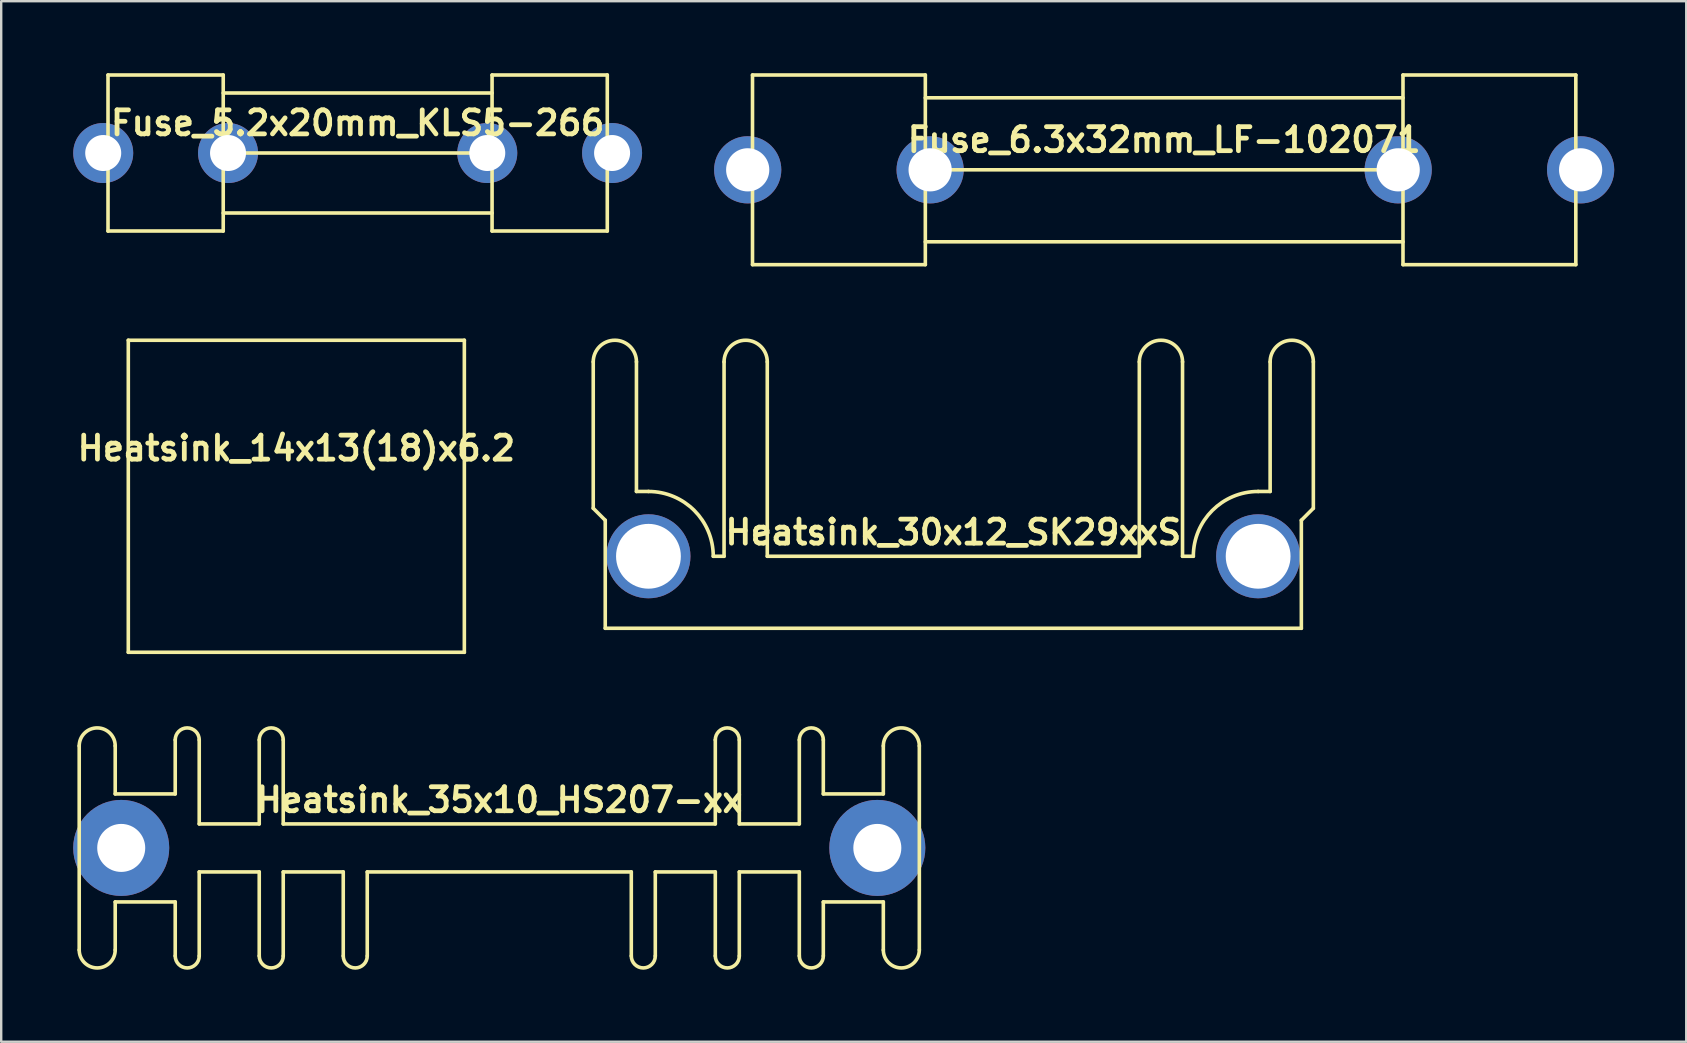
<source format=kicad_pcb>
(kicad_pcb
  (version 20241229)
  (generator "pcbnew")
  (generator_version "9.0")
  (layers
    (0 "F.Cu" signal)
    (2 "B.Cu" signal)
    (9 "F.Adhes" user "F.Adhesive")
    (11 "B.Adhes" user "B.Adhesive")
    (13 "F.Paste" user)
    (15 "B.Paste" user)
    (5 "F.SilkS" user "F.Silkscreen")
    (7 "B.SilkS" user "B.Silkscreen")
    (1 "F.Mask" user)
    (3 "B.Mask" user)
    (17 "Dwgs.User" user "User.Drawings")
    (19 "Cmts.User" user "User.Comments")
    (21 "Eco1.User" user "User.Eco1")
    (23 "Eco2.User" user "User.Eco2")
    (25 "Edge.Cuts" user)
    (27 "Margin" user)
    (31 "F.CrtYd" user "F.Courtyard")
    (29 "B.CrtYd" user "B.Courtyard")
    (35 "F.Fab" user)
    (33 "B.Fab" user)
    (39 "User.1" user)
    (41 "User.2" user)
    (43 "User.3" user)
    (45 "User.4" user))
  (footprint "Heatsink_14x13(18)x6.2"
    (layer "F.Cu")
    (at 9.295 17.625)
    (property "Reference" "Heatsink_14x13(18)x6.2" (at 0 -2 0) (layer "F.SilkS") (effects (font (size 1 1) (thickness 0.2))))
    (attr through_hole)
    (fp_line (start -7 -6.5) (end -7 6.5) (stroke (width 0.15) (type solid)) (layer "F.SilkS"))
    (fp_line (start -7 6.5) (end 7 6.5) (stroke (width 0.15) (type solid)) (layer "F.SilkS"))
    (fp_line (start 7 -6.5) (end -7 -6.5) (stroke (width 0.15) (type solid)) (layer "F.SilkS"))
    (fp_line (start 7 6.5) (end 7 -6.5) (stroke (width 0.15) (type solid)) (layer "F.SilkS")))
  (footprint "Heatsink_35x10_HS207-xx"
    (layer "F.Cu")
    (at 17.75 32.275)
    (property "Reference" "Heatsink_35x10_HS207-xx" (at 0 -2 0) (layer "F.SilkS") (effects (font (size 1 1) (thickness 0.2))))
    (attr through_hole)
    (fp_line (start -17.5 4.25) (end -17.5 -4.25) (stroke (width 0.15) (type solid)) (layer "F.SilkS"))
    (fp_line (start -16 -4.25) (end -16 -2.25) (stroke (width 0.15) (type solid)) (layer "F.SilkS"))
    (fp_line (start -16 4.25) (end -16 2.25) (stroke (width 0.15) (type solid)) (layer "F.SilkS"))
    (fp_line (start -13.5 -4.5) (end -13.5 -2.25) (stroke (width 0.15) (type solid)) (layer "F.SilkS"))
    (fp_line (start -13.5 -2.25) (end -16 -2.25) (stroke (width 0.15) (type solid)) (layer "F.SilkS"))
    (fp_line (start -13.5 2.25) (end -16 2.25) (stroke (width 0.15) (type solid)) (layer "F.SilkS"))
    (fp_line (start -13.5 4.5) (end -13.5 2.25) (stroke (width 0.15) (type solid)) (layer "F.SilkS"))
    (fp_line (start -12.5 -1) (end -12.5 -4.5) (stroke (width 0.15) (type solid)) (layer "F.SilkS"))
    (fp_line (start -12.5 1) (end -12.5 4.5) (stroke (width 0.15) (type solid)) (layer "F.SilkS"))
    (fp_line (start -10 -4.5) (end -10 -1) (stroke (width 0.15) (type solid)) (layer "F.SilkS"))
    (fp_line (start -10 -1) (end -12.5 -1) (stroke (width 0.15) (type solid)) (layer "F.SilkS"))
    (fp_line (start -10 1) (end -12.5 1) (stroke (width 0.15) (type solid)) (layer "F.SilkS"))
    (fp_line (start -10 4.5) (end -10 1) (stroke (width 0.15) (type solid)) (layer "F.SilkS"))
    (fp_line (start -9 -1) (end -9 -4.5) (stroke (width 0.15) (type solid)) (layer "F.SilkS"))
    (fp_line (start -9 1) (end -9 4.5) (stroke (width 0.15) (type solid)) (layer "F.SilkS"))
    (fp_line (start -6.5 1) (end -9 1) (stroke (width 0.15) (type solid)) (layer "F.SilkS"))
    (fp_line (start -6.5 4.5) (end -6.5 1) (stroke (width 0.15) (type solid)) (layer "F.SilkS"))
    (fp_line (start -5.5 1) (end -5.5 4.5) (stroke (width 0.15) (type solid)) (layer "F.SilkS"))
    (fp_line (start -5.5 1) (end 5.5 1) (stroke (width 0.15) (type solid)) (layer "F.SilkS"))
    (fp_line (start 5.5 1) (end 5.5 4.5) (stroke (width 0.15) (type solid)) (layer "F.SilkS"))
    (fp_line (start 6.5 1) (end 9 1) (stroke (width 0.15) (type solid)) (layer "F.SilkS"))
    (fp_line (start 6.5 4.5) (end 6.5 1) (stroke (width 0.15) (type solid)) (layer "F.SilkS"))
    (fp_line (start 9 -1) (end -9 -1) (stroke (width 0.15) (type solid)) (layer "F.SilkS"))
    (fp_line (start 9 -1) (end 9 -4.5) (stroke (width 0.15) (type solid)) (layer "F.SilkS"))
    (fp_line (start 9 1) (end 9 4.5) (stroke (width 0.15) (type solid)) (layer "F.SilkS"))
    (fp_line (start 10 -4.5) (end 10 -1) (stroke (width 0.15) (type solid)) (layer "F.SilkS"))
    (fp_line (start 10 -1) (end 12.5 -1) (stroke (width 0.15) (type solid)) (layer "F.SilkS"))
    (fp_line (start 10 1) (end 12.5 1) (stroke (width 0.15) (type solid)) (layer "F.SilkS"))
    (fp_line (start 10 4.5) (end 10 1) (stroke (width 0.15) (type solid)) (layer "F.SilkS"))
    (fp_line (start 12.5 -1) (end 12.5 -4.5) (stroke (width 0.15) (type solid)) (layer "F.SilkS"))
    (fp_line (start 12.5 1) (end 12.5 4.5) (stroke (width 0.15) (type solid)) (layer "F.SilkS"))
    (fp_line (start 13.5 -4.5) (end 13.5 -2.25) (stroke (width 0.15) (type solid)) (layer "F.SilkS"))
    (fp_line (start 13.5 -2.25) (end 16 -2.25) (stroke (width 0.15) (type solid)) (layer "F.SilkS"))
    (fp_line (start 13.5 2.25) (end 16 2.25) (stroke (width 0.15) (type solid)) (layer "F.SilkS"))
    (fp_line (start 13.5 4.5) (end 13.5 2.25) (stroke (width 0.15) (type solid)) (layer "F.SilkS"))
    (fp_line (start 16 -4.25) (end 16 -2.25) (stroke (width 0.15) (type solid)) (layer "F.SilkS"))
    (fp_line (start 16 4.25) (end 16 2.25) (stroke (width 0.15) (type solid)) (layer "F.SilkS"))
    (fp_line (start 17.5 4.25) (end 17.5 -4.25) (stroke (width 0.15) (type solid)) (layer "F.SilkS"))
    (fp_arc (start -17.5 -4.25) (mid -16.75 -5) (end -16 -4.25) (stroke (width 0.15) (type solid)) (layer "F.SilkS"))
    (fp_arc (start -16 4.25) (mid -16.75 5) (end -17.5 4.25) (stroke (width 0.15) (type solid)) (layer "F.SilkS"))
    (fp_arc (start -13.5 -4.5) (mid -13 -5) (end -12.5 -4.5) (stroke (width 0.15) (type solid)) (layer "F.SilkS"))
    (fp_arc (start -12.5 4.5) (mid -13 5) (end -13.5 4.5) (stroke (width 0.15) (type solid)) (layer "F.SilkS"))
    (fp_arc (start -10 -4.5) (mid -9.5 -5) (end -9 -4.5) (stroke (width 0.15) (type solid)) (layer "F.SilkS"))
    (fp_arc (start -9 4.5) (mid -9.5 5) (end -10 4.5) (stroke (width 0.15) (type solid)) (layer "F.SilkS"))
    (fp_arc (start -5.5 4.5) (mid -6 5) (end -6.5 4.5) (stroke (width 0.15) (type solid)) (layer "F.SilkS"))
    (fp_arc (start 6.5 4.5) (mid 6 5) (end 5.5 4.5) (stroke (width 0.15) (type solid)) (layer "F.SilkS"))
    (fp_arc (start 9 -4.5) (mid 9.5 -5) (end 10 -4.5) (stroke (width 0.15) (type solid)) (layer "F.SilkS"))
    (fp_arc (start 10 4.5) (mid 9.5 5) (end 9 4.5) (stroke (width 0.15) (type solid)) (layer "F.SilkS"))
    (fp_arc (start 12.5 -4.5) (mid 13 -5) (end 13.5 -4.5) (stroke (width 0.15) (type solid)) (layer "F.SilkS"))
    (fp_arc (start 13.5 4.5) (mid 13 5) (end 12.5 4.5) (stroke (width 0.15) (type solid)) (layer "F.SilkS"))
    (fp_arc (start 16 -4.25) (mid 16.75 -5) (end 17.5 -4.25) (stroke (width 0.15) (type solid)) (layer "F.SilkS"))
    (fp_arc (start 17.5 4.25) (mid 16.75 5) (end 16 4.25) (stroke (width 0.15) (type solid)) (layer "F.SilkS"))
    (pad "" thru_hole circle (at -15.75 0) (size 4 4) (drill 2) (layers "*.Cu" "*.Mask"))
    (pad "" thru_hole circle (at 15.75 0) (size 4 4) (drill 2) (layers "*.Cu" "*.Mask")))
  (footprint "Heatsink_30x12_SK29xxS"
    (layer "F.Cu")
    (at 36.665 20.125)
    (property "Reference" "Heatsink_30x12_SK29xxS" (at 0 -1 0) (layer "F.SilkS") (effects (font (size 1 1) (thickness 0.2))))
    (attr through_hole)
    (fp_line (start -15 -2) (end -15 -8.1) (stroke (width 0.15) (type solid)) (layer "F.SilkS"))
    (fp_line (start -14.5 -1.5) (end -15 -2) (stroke (width 0.15) (type solid)) (layer "F.SilkS"))
    (fp_line (start -14.5 3) (end -14.5 -1.5) (stroke (width 0.15) (type solid)) (layer "F.SilkS"))
    (fp_line (start -14.5 3) (end 14.5 3) (stroke (width 0.15) (type solid)) (layer "F.SilkS"))
    (fp_line (start -13.2 -8.1) (end -13.2 -2.7) (stroke (width 0.15) (type solid)) (layer "F.SilkS"))
    (fp_line (start -13.2 -2.7) (end -12.7 -2.7) (stroke (width 0.15) (type solid)) (layer "F.SilkS"))
    (fp_line (start -9.55 0) (end -10 0) (stroke (width 0.15) (type solid)) (layer "F.SilkS"))
    (fp_line (start -9.55 0) (end -9.55 -8.1) (stroke (width 0.15) (type solid)) (layer "F.SilkS"))
    (fp_line (start -7.75 0) (end -7.75 -8.1) (stroke (width 0.15) (type solid)) (layer "F.SilkS"))
    (fp_line (start 7.75 0) (end -7.75 0) (stroke (width 0.15) (type solid)) (layer "F.SilkS"))
    (fp_line (start 7.75 0) (end 7.75 -8.1) (stroke (width 0.15) (type solid)) (layer "F.SilkS"))
    (fp_line (start 9.55 0) (end 9.55 -8.1) (stroke (width 0.15) (type solid)) (layer "F.SilkS"))
    (fp_line (start 10 0) (end 9.55 0) (stroke (width 0.15) (type solid)) (layer "F.SilkS"))
    (fp_line (start 13.2 -8.1) (end 13.2 -2.7) (stroke (width 0.15) (type solid)) (layer "F.SilkS"))
    (fp_line (start 13.2 -2.7) (end 12.7 -2.7) (stroke (width 0.15) (type solid)) (layer "F.SilkS"))
    (fp_line (start 14.5 -1.5) (end 14.5 3) (stroke (width 0.15) (type solid)) (layer "F.SilkS"))
    (fp_line (start 15 -2) (end 14.5 -1.5) (stroke (width 0.15) (type solid)) (layer "F.SilkS"))
    (fp_line (start 15 -2) (end 15 -8.1) (stroke (width 0.15) (type solid)) (layer "F.SilkS"))
    (fp_arc (start -15 -8.1) (mid -14.1 -9) (end -13.2 -8.1) (stroke (width 0.15) (type solid)) (layer "F.SilkS"))
    (fp_arc (start -12.7 -2.7) (mid -10.790812 -1.909188) (end -10 0) (stroke (width 0.15) (type solid)) (layer "F.SilkS"))
    (fp_arc (start -9.55 -8.1) (mid -8.65 -9) (end -7.75 -8.1) (stroke (width 0.15) (type solid)) (layer "F.SilkS"))
    (fp_arc (start 7.75 -8.1) (mid 8.65 -9) (end 9.55 -8.1) (stroke (width 0.15) (type solid)) (layer "F.SilkS"))
    (fp_arc (start 10 0) (mid 10.790812 -1.909188) (end 12.7 -2.7) (stroke (width 0.15) (type solid)) (layer "F.SilkS"))
    (fp_arc (start 13.2 -8.1) (mid 14.1 -9) (end 15 -8.1) (stroke (width 0.15) (type solid)) (layer "F.SilkS"))
    (pad "" thru_hole circle (at -12.7 0) (size 3.5 3.5) (drill 2.7) (layers "*.Cu" "*.Mask"))
    (pad "" thru_hole circle (at 12.7 0) (size 3.5 3.5) (drill 2.7) (layers "*.Cu" "*.Mask")))
  (footprint "Fuse_6.3x32mm_LF-102071"
    (layer "F.Cu")
    (at 45.45 4.025)
    (property "Reference" "Fuse_6.3x32mm_LF-102071" (at 0 -1.25 0) (layer "F.SilkS") (effects (font (size 1 1) (thickness 0.2))))
    (attr through_hole)
    (fp_line (start -17.15 3.95) (end -17.15 -3.95) (stroke (width 0.15) (type solid)) (layer "F.SilkS"))
    (fp_line (start -9.95 -3.95) (end -17.15 -3.95) (stroke (width 0.15) (type solid)) (layer "F.SilkS"))
    (fp_line (start -9.95 -3) (end 9.95 -3) (stroke (width 0.15) (type solid)) (layer "F.SilkS"))
    (fp_line (start -9.95 3.95) (end -17.15 3.95) (stroke (width 0.15) (type solid)) (layer "F.SilkS"))
    (fp_line (start -9.95 3.95) (end -9.95 -3.95) (stroke (width 0.15) (type solid)) (layer "F.SilkS"))
    (fp_line (start 9.95 0) (end -9.95 0) (stroke (width 0.15) (type solid)) (layer "F.SilkS"))
    (fp_line (start 9.95 3) (end -9.95 3) (stroke (width 0.15) (type solid)) (layer "F.SilkS"))
    (fp_line (start 9.95 3.95) (end 9.95 -3.95) (stroke (width 0.15) (type solid)) (layer "F.SilkS"))
    (fp_line (start 17.15 -3.95) (end 9.95 -3.95) (stroke (width 0.15) (type solid)) (layer "F.SilkS"))
    (fp_line (start 17.15 3.95) (end 9.95 3.95) (stroke (width 0.15) (type solid)) (layer "F.SilkS"))
    (fp_line (start 17.15 3.95) (end 17.15 -3.95) (stroke (width 0.15) (type solid)) (layer "F.SilkS"))
    (pad "1" thru_hole circle (at -17.35 0) (size 2.8 2.8) (drill 1.8) (layers "*.Cu" "*.Mask"))
    (pad "1" thru_hole circle (at -9.75 0) (size 2.8 2.8) (drill 1.8) (layers "*.Cu" "*.Mask"))
    (pad "2" thru_hole circle (at 9.75 0) (size 2.8 2.8) (drill 1.8) (layers "*.Cu" "*.Mask"))
    (pad "2" thru_hole circle (at 17.35 0) (size 2.8 2.8) (drill 1.8) (layers "*.Cu" "*.Mask")))
  (footprint "Fuse_5.2x20mm_KLS5-266"
    (layer "F.Cu")
    (at 11.85 3.325)
    (property "Reference" "Fuse_5.2x20mm_KLS5-266" (at 0 -1.25 0) (layer "F.SilkS") (effects (font (size 1 1) (thickness 0.2))))
    (attr through_hole)
    (fp_line (start -10.4 3.25) (end -10.4 -3.25) (stroke (width 0.15) (type solid)) (layer "F.SilkS"))
    (fp_line (start -5.6 -3.25) (end -10.4 -3.25) (stroke (width 0.15) (type solid)) (layer "F.SilkS"))
    (fp_line (start -5.6 -2.5) (end 5.6 -2.5) (stroke (width 0.15) (type solid)) (layer "F.SilkS"))
    (fp_line (start -5.6 3.25) (end -10.4 3.25) (stroke (width 0.15) (type solid)) (layer "F.SilkS"))
    (fp_line (start -5.6 3.25) (end -5.6 -3.25) (stroke (width 0.15) (type solid)) (layer "F.SilkS"))
    (fp_line (start 5.6 0) (end -5.6 0) (stroke (width 0.15) (type solid)) (layer "F.SilkS"))
    (fp_line (start 5.6 2.5) (end -5.6 2.5) (stroke (width 0.15) (type solid)) (layer "F.SilkS"))
    (fp_line (start 5.6 3.25) (end 5.6 -3.25) (stroke (width 0.15) (type solid)) (layer "F.SilkS"))
    (fp_line (start 10.4 -3.25) (end 5.6 -3.25) (stroke (width 0.15) (type solid)) (layer "F.SilkS"))
    (fp_line (start 10.4 3.25) (end 5.6 3.25) (stroke (width 0.15) (type solid)) (layer "F.SilkS"))
    (fp_line (start 10.4 3.25) (end 10.4 -3.25) (stroke (width 0.15) (type solid)) (layer "F.SilkS"))
    (pad "1" thru_hole circle (at -10.6 0) (size 2.5 2.5) (drill 1.5) (layers "*.Cu" "*.Mask"))
    (pad "1" thru_hole circle (at -5.4 0) (size 2.5 2.5) (drill 1.5) (layers "*.Cu" "*.Mask"))
    (pad "2" thru_hole circle (at 5.4 0) (size 2.5 2.5) (drill 1.5) (layers "*.Cu" "*.Mask"))
    (pad "2" thru_hole circle (at 10.6 0) (size 2.5 2.5) (drill 1.5) (layers "*.Cu" "*.Mask")))
  (gr_rect
    (start -3 -3)
    (end 67.2 40.35)
    (stroke (width 0.1) (type default))
    (fill no)
    (layer "Edge.Cuts")))
</source>
